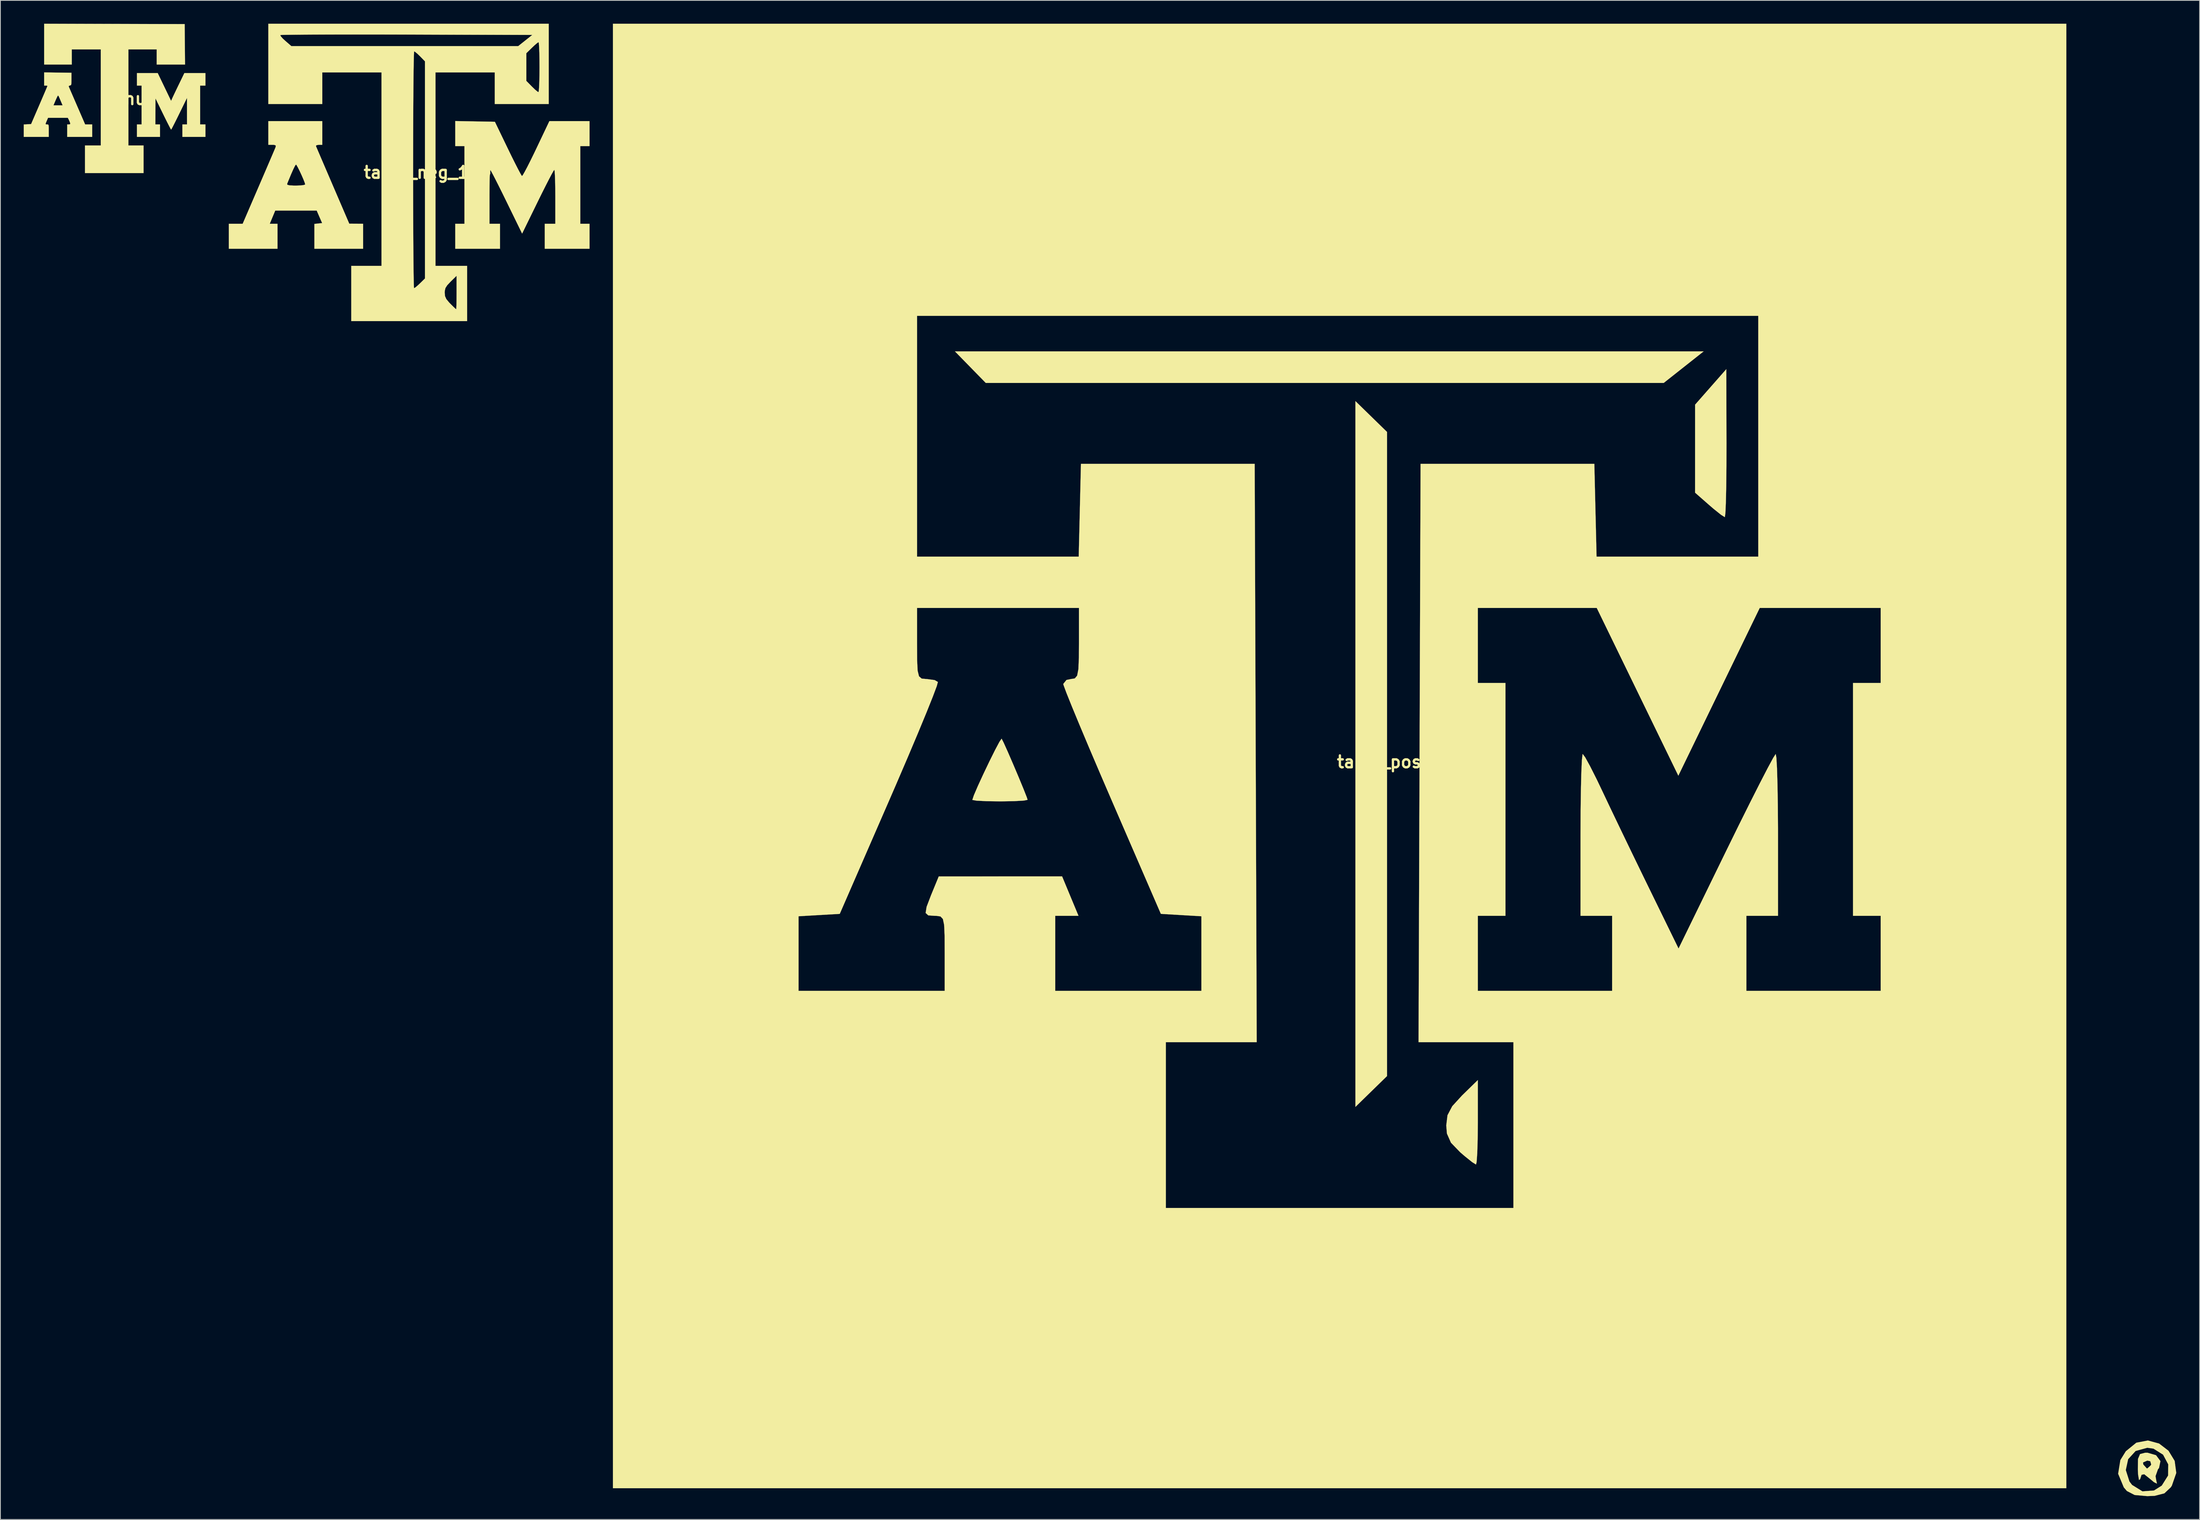
<source format=kicad_pcb>
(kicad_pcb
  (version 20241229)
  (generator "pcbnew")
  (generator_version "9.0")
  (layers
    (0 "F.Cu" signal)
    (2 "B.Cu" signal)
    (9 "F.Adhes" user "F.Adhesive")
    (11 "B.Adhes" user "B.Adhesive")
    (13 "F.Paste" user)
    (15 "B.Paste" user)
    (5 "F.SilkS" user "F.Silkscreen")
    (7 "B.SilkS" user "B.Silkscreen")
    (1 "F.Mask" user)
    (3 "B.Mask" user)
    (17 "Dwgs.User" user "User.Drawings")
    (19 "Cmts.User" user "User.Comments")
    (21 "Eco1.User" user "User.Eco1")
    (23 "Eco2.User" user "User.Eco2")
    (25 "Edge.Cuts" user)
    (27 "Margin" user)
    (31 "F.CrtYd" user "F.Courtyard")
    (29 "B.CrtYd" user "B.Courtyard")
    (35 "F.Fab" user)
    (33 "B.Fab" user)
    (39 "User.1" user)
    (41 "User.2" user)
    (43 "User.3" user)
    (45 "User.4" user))
  (footprint "tamu_neg_150"
    (layer "F.Cu")
    (at 51.952 19.14)
    (property "Reference" "tamu_neg_150" (at 0 0 0) (layer "F.SilkS") (effects (font (size 1.524 1.524) (thickness 0.3))))
    (attr through_hole)
    (fp_poly (pts (xy -13.547 -3.556) (xy -13.984 -3.556) (xy -14.287 -3.507) (xy -14.365 -3.405) (xy -14.287 -3.217) (xy -14.091 -2.757) (xy -13.794 -2.063) (xy -13.413 -1.174) (xy -12.964 -0.128) (xy -12.464 1.037) (xy -12.192 1.671) (xy -10.075 6.596) (xy -8.297 6.604) (xy -8.297 9.821) (xy -14.563 9.821) (xy -14.563 6.625) (xy -13.568 6.519) (xy -13.918 5.715) (xy -14.267 4.911) (xy -19.598 4.911) (xy -20.301 6.604) (xy -19.304 6.604) (xy -19.304 9.821) (xy -25.569 9.821) (xy -25.569 6.604) (xy -23.788 6.604) (xy -21.726 1.82) (xy -21.58 1.482) (xy -18.071 1.482) (xy -18.024 1.598) (xy -17.738 1.665) (xy -17.172 1.692) (xy -16.951 1.693) (xy -16.362 1.674) (xy -15.933 1.624) (xy -15.75 1.554) (xy -15.748 1.546) (xy -15.813 1.305) (xy -15.982 0.875) (xy -16.213 0.345) (xy -16.465 -0.197) (xy -16.698 -0.66) (xy -16.87 -0.956) (xy -16.928 -1.016) (xy -17.049 -0.862) (xy -17.269 -0.422) (xy -17.576 0.272) (xy -17.954 1.188) (xy -18.071 1.482) (xy -21.58 1.482) (xy -21.209 0.619) (xy -20.731 -0.491) (xy -20.312 -1.469) (xy -19.967 -2.274) (xy -19.715 -2.866) (xy -19.573 -3.205) (xy -19.55 -3.26) (xy -19.53 -3.467) (xy -19.738 -3.548) (xy -19.963 -3.556) (xy -20.489 -3.556) (xy -20.489 -6.604) (xy -13.547 -6.604) (xy -13.547 -3.556)) (stroke (width 0.01) (type solid)) (fill yes) (layer "F.SilkS"))
    (fp_poly (pts (xy 6.106 -6.566) (xy 8.656 -6.519) (xy 10.328 -3.052) (xy 10.813 -2.055) (xy 11.256 -1.167) (xy 11.633 -0.429) (xy 11.921 0.112) (xy 12.1 0.415) (xy 12.141 0.463) (xy 12.251 0.33) (xy 12.481 -0.068) (xy 12.811 -0.688) (xy 13.217 -1.491) (xy 13.679 -2.432) (xy 13.973 -3.047) (xy 15.663 -6.604) (xy 18.246 -6.604) (xy 20.828 -6.604) (xy 20.828 -3.387) (xy 19.643 -3.387) (xy 19.643 6.604) (xy 20.828 6.604) (xy 20.828 9.821) (xy 15.071 9.821) (xy 15.071 6.604) (xy 16.425 6.604) (xy 16.425 3.133) (xy 16.419 2.09) (xy 16.403 1.173) (xy 16.378 0.431) (xy 16.346 -0.085) (xy 16.309 -0.326) (xy 16.298 -0.338) (xy 16.193 -0.191) (xy 15.962 0.221) (xy 15.624 0.859) (xy 15.201 1.684) (xy 14.712 2.657) (xy 14.179 3.738) (xy 14.164 3.769) (xy 12.157 7.874) (xy 10.153 3.768) (xy 9.622 2.684) (xy 9.136 1.708) (xy 8.716 0.878) (xy 8.383 0.234) (xy 8.156 -0.184) (xy 8.055 -0.339) (xy 8.055 -0.339) (xy 8.026 -0.178) (xy 8 0.272) (xy 7.98 0.96) (xy 7.966 1.837) (xy 7.959 2.851) (xy 7.959 3.133) (xy 7.959 6.604) (xy 9.313 6.604) (xy 9.313 9.821) (xy 3.556 9.821) (xy 3.556 6.604) (xy 4.741 6.604) (xy 4.741 -3.387) (xy 3.556 -3.387) (xy 3.556 -6.613) (xy 6.106 -6.566)) (stroke (width 0.01) (type solid)) (fill yes) (layer "F.SilkS"))
    (fp_poly (pts (xy 15.579 -8.805) (xy 8.636 -8.805) (xy 8.636 -12.869) (xy 1.016 -12.869) (xy 1.016 12.023) (xy 5.08 12.023) (xy 5.08 19.135) (xy -9.821 19.135) (xy -9.821 15.481) (xy 2.201 15.481) (xy 2.243 15.923) (xy 2.409 16.298) (xy 2.761 16.726) (xy 2.914 16.885) (xy 3.298 17.269) (xy 3.576 17.532) (xy 3.676 17.611) (xy 3.694 17.452) (xy 3.71 17.018) (xy 3.721 16.373) (xy 3.725 15.58) (xy 3.725 15.459) (xy 3.725 13.307) (xy 2.963 14.055) (xy 2.528 14.515) (xy 2.296 14.876) (xy 2.209 15.251) (xy 2.201 15.481) (xy -9.821 15.481) (xy -9.821 12.023) (xy -5.927 12.023) (xy -5.927 -0.339) (xy -1.863 -0.339) (xy -1.861 1.901) (xy -1.858 4.042) (xy -1.852 6.059) (xy -1.843 7.93) (xy -1.833 9.629) (xy -1.821 11.134) (xy -1.808 12.42) (xy -1.793 13.464) (xy -1.778 14.241) (xy -1.761 14.728) (xy -1.743 14.901) (xy -1.743 14.901) (xy -1.564 14.792) (xy -1.234 14.513) (xy -0.981 14.274) (xy -0.339 13.647) (xy -0.339 -14.294) (xy -0.966 -14.937) (xy -1.342 -15.298) (xy -1.393 -15.339) (xy 12.7 -15.339) (xy 12.7 -11.781) (xy 13.413 -11.055) (xy 13.812 -10.669) (xy 14.124 -10.406) (xy 14.259 -10.329) (xy 14.301 -10.49) (xy 14.337 -10.937) (xy 14.366 -11.619) (xy 14.386 -12.484) (xy 14.393 -13.479) (xy 14.393 -13.547) (xy 14.387 -14.549) (xy 14.371 -15.423) (xy 14.345 -16.118) (xy 14.313 -16.583) (xy 14.275 -16.763) (xy 14.273 -16.764) (xy 14.097 -16.654) (xy 13.763 -16.369) (xy 13.426 -16.051) (xy 12.7 -15.339) (xy -1.393 -15.339) (xy -1.63 -15.53) (xy -1.728 -15.579) (xy -1.748 -15.413) (xy -1.766 -14.933) (xy -1.784 -14.162) (xy -1.801 -13.124) (xy -1.816 -11.843) (xy -1.829 -10.343) (xy -1.841 -8.647) (xy -1.85 -6.781) (xy -1.857 -4.766) (xy -1.861 -2.628) (xy -1.863 -0.39) (xy -1.863 -0.339) (xy -5.927 -0.339) (xy -5.927 -12.869) (xy -13.547 -12.869) (xy -13.547 -8.805) (xy -20.489 -8.805) (xy -20.489 -17.679) (xy -18.95 -17.679) (xy -18.887 -17.524) (xy -18.622 -17.226) (xy -18.288 -16.917) (xy -17.526 -16.257) (xy 11.654 -16.256) (xy 12.558 -16.976) (xy 13.462 -17.695) (xy -2.694 -17.739) (xy -5.004 -17.744) (xy -7.218 -17.746) (xy -9.311 -17.747) (xy -11.261 -17.746) (xy -13.043 -17.742) (xy -14.636 -17.737) (xy -16.015 -17.73) (xy -17.157 -17.721) (xy -18.038 -17.71) (xy -18.636 -17.698) (xy -18.926 -17.684) (xy -18.95 -17.679) (xy -20.489 -17.679) (xy -20.489 -19.135) (xy 15.579 -19.135) (xy 15.579 -8.805)) (stroke (width 0.01) (type solid)) (fill yes) (layer "F.SilkS")))
  (footprint "tamu"
    (layer "F.Cu")
    (at 12.874 9.658)
    (property "Reference" "tamu" (at 0 0 0) (layer "F.SilkS") (effects (font (size 1.524 1.524) (thickness 0.3))))
    (attr through_hole)
    (fp_poly (pts (xy -1.206 -9.631) (xy 7.832 -9.61) (xy 7.854 -7.006) (xy 7.876 -4.403) (xy 4.233 -4.403) (xy 4.233 -6.35) (xy 0.593 -6.35) (xy 0.593 6.011) (xy 2.54 6.011) (xy 2.54 9.567) (xy -4.995 9.567) (xy -4.995 6.011) (xy -2.963 6.011) (xy -2.963 -6.35) (xy -6.689 -6.35) (xy -6.689 -4.403) (xy -10.245 -4.403) (xy -10.245 -9.653) (xy -1.206 -9.631)) (stroke (width 0.01) (type solid)) (fill yes) (layer "F.SilkS"))
    (fp_poly (pts (xy 5.225 -1.513) (xy 6.085 0.276) (xy 6.209 -0.01) (xy 6.284 -0.175) (xy 6.419 -0.463) (xy 6.601 -0.845) (xy 6.815 -1.291) (xy 7.048 -1.774) (xy 7.061 -1.799) (xy 7.789 -3.302) (xy 10.499 -3.302) (xy 10.499 -1.693) (xy 9.821 -1.693) (xy 9.821 3.302) (xy 10.499 3.302) (xy 10.499 4.911) (xy 7.535 4.911) (xy 7.535 3.302) (xy 8.128 3.302) (xy 8.128 -0.104) (xy 7.133 1.932) (xy 6.868 2.472) (xy 6.625 2.958) (xy 6.416 3.371) (xy 6.25 3.692) (xy 6.137 3.899) (xy 6.088 3.974) (xy 6.088 3.974) (xy 6.039 3.902) (xy 5.927 3.698) (xy 5.762 3.381) (xy 5.553 2.971) (xy 5.312 2.488) (xy 5.057 1.968) (xy 4.075 -0.042) (xy 4.07 1.63) (xy 4.064 3.302) (xy 4.657 3.302) (xy 4.657 4.911) (xy 1.693 4.911) (xy 1.693 3.302) (xy 2.286 3.302) (xy 2.286 -1.693) (xy 1.693 -1.693) (xy 1.693 -3.302) (xy 4.365 -3.302) (xy 5.225 -1.513)) (stroke (width 0.01) (type solid)) (fill yes) (layer "F.SilkS"))
    (fp_poly (pts (xy -8.488 -3.367) (xy -6.731 -3.344) (xy -6.731 -2.54) (xy -6.733 -2.167) (xy -6.744 -1.93) (xy -6.773 -1.797) (xy -6.826 -1.734) (xy -6.911 -1.71) (xy -6.928 -1.708) (xy -7.065 -1.652) (xy -7.085 -1.581) (xy -7.043 -1.481) (xy -6.941 -1.245) (xy -6.79 -0.894) (xy -6.596 -0.447) (xy -6.37 0.076) (xy -6.119 0.656) (xy -6.009 0.91) (xy -4.972 3.302) (xy -4.064 3.302) (xy -4.064 4.911) (xy -7.281 4.911) (xy -7.281 3.302) (xy -7.064 3.302) (xy -6.911 3.281) (xy -6.886 3.185) (xy -6.905 3.111) (xy -6.989 2.892) (xy -7.083 2.688) (xy -7.201 2.455) (xy -9.743 2.455) (xy -9.909 2.843) (xy -10.018 3.1) (xy -10.059 3.237) (xy -10.029 3.292) (xy -9.925 3.302) (xy -9.864 3.302) (xy -9.766 3.308) (xy -9.704 3.345) (xy -9.67 3.447) (xy -9.655 3.645) (xy -9.652 3.97) (xy -9.652 4.106) (xy -9.652 4.911) (xy -12.869 4.911) (xy -12.869 3.31) (xy -12.397 3.285) (xy -11.925 3.26) (xy -10.884 0.847) (xy -9.045 0.847) (xy -7.872 0.847) (xy -8.01 0.529) (xy -8.14 0.224) (xy -8.27 -0.087) (xy -8.278 -0.106) (xy -8.37 -0.304) (xy -8.444 -0.414) (xy -8.458 -0.422) (xy -8.512 -0.349) (xy -8.611 -0.156) (xy -8.737 0.12) (xy -8.777 0.213) (xy -9.045 0.847) (xy -10.884 0.847) (xy -10.873 0.823) (xy -10.615 0.223) (xy -10.38 -0.326) (xy -10.175 -0.804) (xy -10.01 -1.194) (xy -9.892 -1.475) (xy -9.829 -1.63) (xy -9.821 -1.654) (xy -9.894 -1.684) (xy -10.033 -1.693) (xy -10.245 -1.693) (xy -10.245 -3.39) (xy -8.488 -3.367)) (stroke (width 0.01) (type solid)) (fill yes) (layer "F.SilkS")))
  (footprint "tamu_pos_50"
    (layer "F.Cu")
    (at 176.374 95.001)
    (property "Reference" "tamu_pos_50" (at 0 0 0) (layer "F.SilkS") (effects (font (size 1.524 1.524) (thickness 0.3))))
    (attr through_hole)
    (fp_poly (pts (xy 34.574 -48.768) (xy -52.626 -48.768) (xy -54.61 -50.8) (xy -56.594 -52.832) (xy 39.715 -52.832) (xy 34.574 -48.768)) (stroke (width 0.01) (type solid)) (fill yes) (layer "F.SilkS"))
    (fp_poly (pts (xy -3.048 -44.45) (xy -1.016 -42.466) (xy -1.016 40.434) (xy -3.048 42.418) (xy -5.08 44.402) (xy -5.08 -46.434) (xy -3.048 -44.45)) (stroke (width 0.01) (type solid)) (fill yes) (layer "F.SilkS"))
    (fp_poly (pts (xy 42.65 -41.021) (xy 42.645 -38.036) (xy 42.618 -35.434) (xy 42.572 -33.373) (xy 42.511 -32.008) (xy 42.438 -31.496) (xy 42.436 -31.496) (xy 41.948 -31.801) (xy 40.981 -32.576) (xy 40.404 -33.073) (xy 38.608 -34.649) (xy 38.611 -45.974) (xy 42.629 -50.546) (xy 42.65 -41.021)) (stroke (width 0.01) (type solid)) (fill yes) (layer "F.SilkS"))
    (fp_poly (pts (xy 10.668 46.379) (xy 10.647 48.591) (xy 10.592 50.37) (xy 10.51 51.508) (xy 10.432 51.816) (xy 9.944 51.511) (xy 8.977 50.736) (xy 8.4 50.239) (xy 7.211 49.009) (xy 6.691 47.835) (xy 6.604 46.786) (xy 6.764 45.471) (xy 7.373 44.31) (xy 8.622 42.94) (xy 8.636 42.926) (xy 10.668 40.942) (xy 10.668 46.379)) (stroke (width 0.01) (type solid)) (fill yes) (layer "F.SilkS"))
    (fp_poly (pts (xy -50.585 -2.988) (xy -50.317 -2.461) (xy -49.783 -1.275) (xy -49.103 0.295) (xy -48.393 1.971) (xy -47.771 3.478) (xy -47.353 4.54) (xy -47.244 4.879) (xy -47.709 4.978) (xy -48.933 5.05) (xy -50.659 5.08) (xy -50.8 5.08) (xy -52.553 5.055) (xy -53.823 4.989) (xy -54.353 4.897) (xy -54.356 4.889) (xy -54.159 4.297) (xy -53.648 3.108) (xy -52.943 1.574) (xy -52.165 -0.054) (xy -51.434 -1.525) (xy -50.869 -2.587) (xy -50.591 -2.991) (xy -50.585 -2.988)) (stroke (width 0.01) (type solid)) (fill yes) (layer "F.SilkS"))
    (fp_poly (pts (xy 97.903 89.224) (xy 98.468 89.985) (xy 98.285 90.873) (xy 98.151 91.028) (xy 97.838 91.915) (xy 97.916 92.391) (xy 98.019 92.882) (xy 97.629 92.688) (xy 97.159 92.291) (xy 96.385 91.673) (xy 96.042 91.74) (xy 95.862 92.291) (xy 95.709 92.42) (xy 95.594 91.698) (xy 95.563 91.059) (xy 95.576 90.155) (xy 96.225 90.155) (xy 96.266 90.424) (xy 96.701 90.908) (xy 96.774 90.932) (xy 97.178 90.578) (xy 97.282 90.424) (xy 97.161 89.994) (xy 96.774 89.916) (xy 96.225 90.155) (xy 95.576 90.155) (xy 95.582 89.701) (xy 95.845 89.076) (xy 96.51 88.905) (xy 96.79 88.9) (xy 97.903 89.224)) (stroke (width 0.01) (type solid)) (fill yes) (layer "F.SilkS"))
    (fp_poly (pts (xy 98.296 87.724) (xy 99.503 88.648) (xy 100.299 89.956) (xy 100.504 91.504) (xy 99.935 93.145) (xy 99.793 93.359) (xy 98.972 94.13) (xy 97.721 94.452) (xy 96.774 94.488) (xy 95.153 94.345) (xy 94.153 93.826) (xy 93.755 93.359) (xy 93.03 91.611) (xy 93.107 91.135) (xy 94.011 91.135) (xy 94.479 92.603) (xy 94.821 93.051) (xy 96.152 93.874) (xy 97.644 93.765) (xy 98.639 93.139) (xy 99.457 91.836) (xy 99.475 90.406) (xy 98.808 89.152) (xy 97.574 88.377) (xy 96.774 88.265) (xy 95.275 88.679) (xy 94.315 89.732) (xy 94.011 91.135) (xy 93.107 91.135) (xy 93.316 89.85) (xy 94.017 88.715) (xy 95.372 87.612) (xy 96.858 87.33) (xy 98.296 87.724)) (stroke (width 0.01) (type solid)) (fill yes) (layer "F.SilkS"))
    (fp_poly (pts (xy 86.36 93.472) (xy -100.584 93.472) (xy -100.584 19.865) (xy -76.708 19.865) (xy -76.708 29.464) (xy -57.912 29.464) (xy -57.912 24.638) (xy -57.921 22.402) (xy -57.981 20.992) (xy -58.142 20.218) (xy -58.454 19.888) (xy -58.967 19.813) (xy -59.182 19.812) (xy -60.02 19.754) (xy -60.363 19.439) (xy -60.239 18.651) (xy -59.677 17.176) (xy -59.563 16.898) (xy -58.674 14.736) (xy -50.741 14.734) (xy -42.807 14.732) (xy -41.752 17.272) (xy -40.696 19.812) (xy -43.688 19.812) (xy -43.688 29.464) (xy -24.892 29.464) (xy -24.892 19.865) (xy -27.499 19.712) (xy -30.106 19.558) (xy -36.376 5.08) (xy -37.927 1.479) (xy -39.34 -1.836) (xy -40.564 -4.747) (xy -41.551 -7.135) (xy -42.252 -8.881) (xy -42.617 -9.868) (xy -42.659 -10.033) (xy -42.246 -10.548) (xy -41.656 -10.668) (xy -41.173 -10.744) (xy -40.873 -11.102) (xy -40.713 -11.936) (xy -40.65 -13.437) (xy -40.64 -15.24) (xy -40.64 -19.812) (xy -61.468 -19.812) (xy -61.468 -15.24) (xy -61.457 -13.076) (xy -61.389 -11.732) (xy -61.212 -11.013) (xy -60.871 -10.723) (xy -60.314 -10.668) (xy -60.228 -10.668) (xy -59.201 -10.53) (xy -58.784 -10.287) (xy -58.93 -9.745) (xy -59.439 -8.387) (xy -60.263 -6.329) (xy -61.356 -3.684) (xy -62.672 -0.567) (xy -64.162 2.907) (xy -64.994 4.826) (xy -71.407 19.558) (xy -74.057 19.712) (xy -76.708 19.865) (xy -100.584 19.865) (xy -100.584 -57.404) (xy -61.468 -57.404) (xy -61.468 -26.416) (xy -40.672 -26.416) (xy -40.386 -38.354) (xy -18.034 -38.354) (xy -17.904 -1.143) (xy -17.773 36.068) (xy -29.464 36.068) (xy -29.464 57.404) (xy 15.24 57.404) (xy 15.24 36.068) (xy 3.041 36.068) (xy 3.237 -19.812) (xy 10.668 -19.812) (xy 10.668 -10.16) (xy 14.224 -10.16) (xy 14.224 19.812) (xy 10.668 19.812) (xy 10.668 29.464) (xy 27.94 29.464) (xy 27.94 19.812) (xy 23.876 19.812) (xy 23.876 9.398) (xy 23.889 6.27) (xy 23.926 3.517) (xy 23.982 1.291) (xy 24.054 -0.259) (xy 24.137 -0.982) (xy 24.159 -1.016) (xy 24.479 -0.586) (xy 25.117 0.574) (xy 25.971 2.271) (xy 26.646 3.683) (xy 27.658 5.822) (xy 28.978 8.579) (xy 30.464 11.664) (xy 31.976 14.782) (xy 32.666 16.198) (xy 36.484 24.015) (xy 42.587 11.499) (xy 44.195 8.222) (xy 45.666 5.266) (xy 46.939 2.747) (xy 47.955 0.783) (xy 48.654 -0.51) (xy 48.976 -1.013) (xy 48.983 -1.016) (xy 49.071 -0.533) (xy 49.149 0.816) (xy 49.211 2.88) (xy 49.255 5.51) (xy 49.275 8.554) (xy 49.276 9.398) (xy 49.276 19.812) (xy 45.212 19.812) (xy 45.212 29.464) (xy 62.484 29.464) (xy 62.484 19.812) (xy 58.928 19.812) (xy 58.928 -10.16) (xy 62.484 -10.16) (xy 62.484 -19.812) (xy 46.927 -19.812) (xy 41.692 -9.017) (xy 36.457 1.778) (xy 31.208 -9.017) (xy 25.96 -19.812) (xy 10.668 -19.812) (xy 3.237 -19.812) (xy 3.302 -38.354) (xy 25.654 -38.354) (xy 25.797 -32.385) (xy 25.94 -26.416) (xy 36.338 -26.416) (xy 46.736 -26.416) (xy 46.736 -57.404) (xy -61.468 -57.404) (xy -100.584 -57.404) (xy -100.584 -94.996) (xy 86.36 -94.996) (xy 86.36 93.472)) (stroke (width 0.01) (type solid)) (fill yes) (layer "F.SilkS")))
  (gr_rect
    (start -3 -3)
    (end 279.883 192.494)
    (stroke (width 0.1) (type default))
    (fill no)
    (layer "Edge.Cuts")))
</source>
